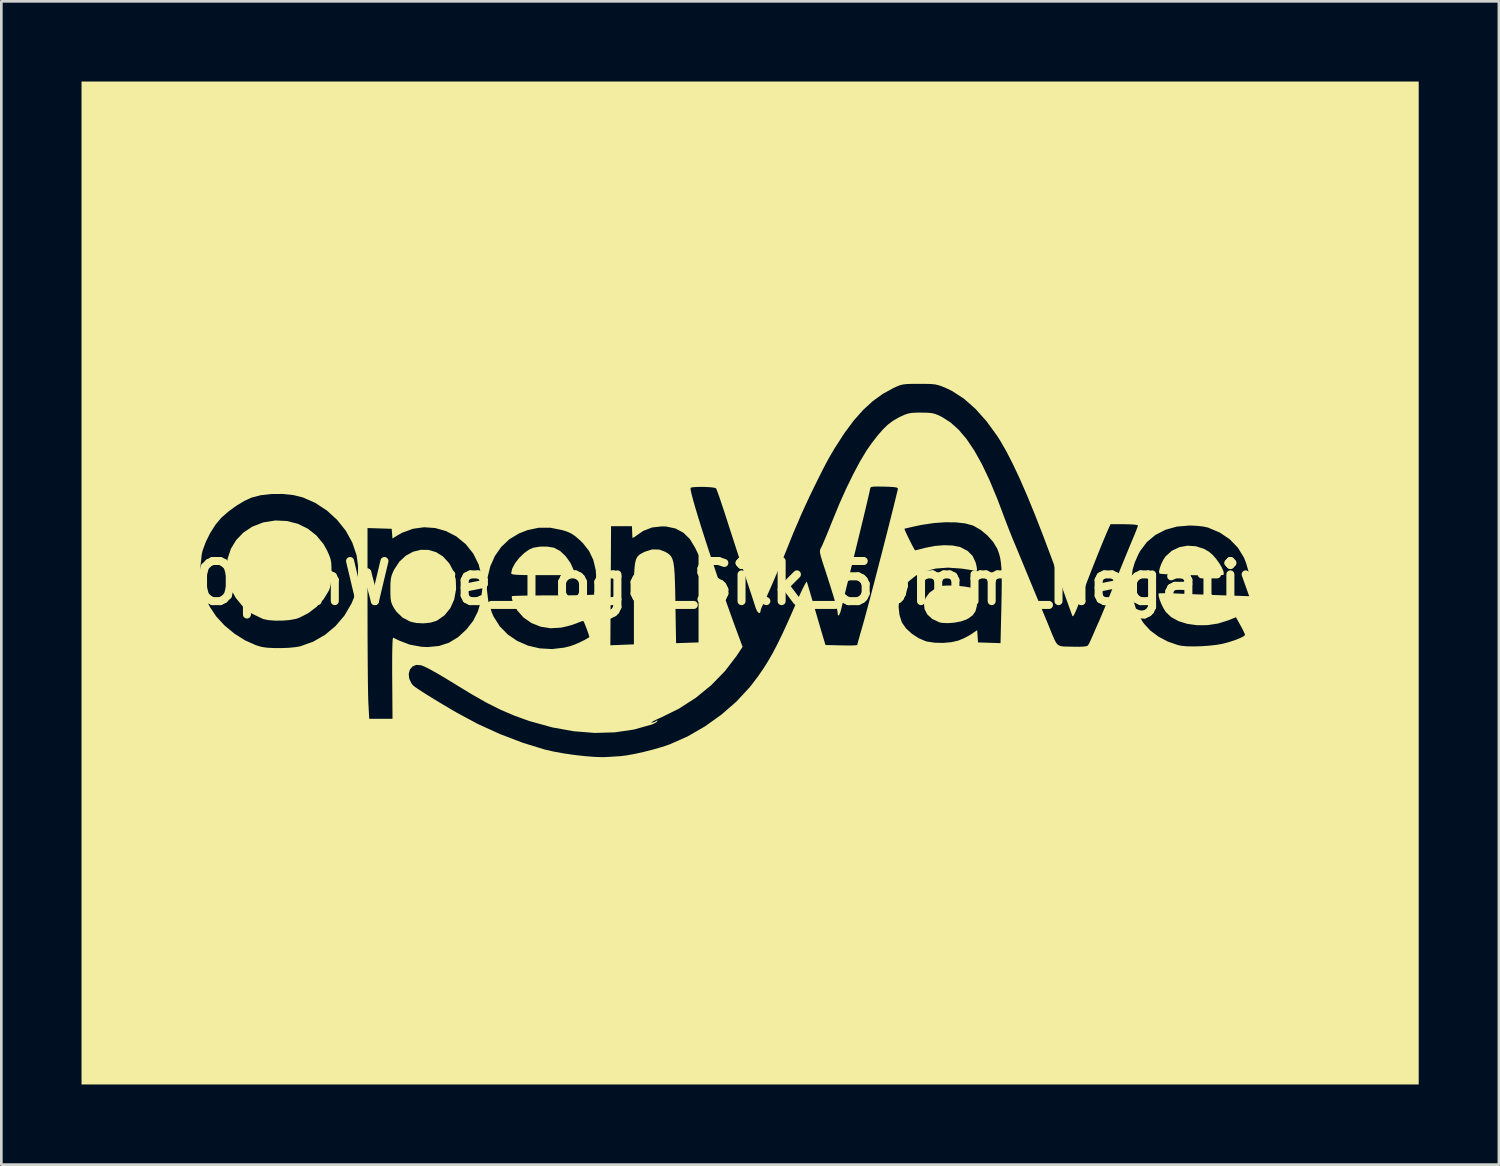
<source format=kicad_pcb>
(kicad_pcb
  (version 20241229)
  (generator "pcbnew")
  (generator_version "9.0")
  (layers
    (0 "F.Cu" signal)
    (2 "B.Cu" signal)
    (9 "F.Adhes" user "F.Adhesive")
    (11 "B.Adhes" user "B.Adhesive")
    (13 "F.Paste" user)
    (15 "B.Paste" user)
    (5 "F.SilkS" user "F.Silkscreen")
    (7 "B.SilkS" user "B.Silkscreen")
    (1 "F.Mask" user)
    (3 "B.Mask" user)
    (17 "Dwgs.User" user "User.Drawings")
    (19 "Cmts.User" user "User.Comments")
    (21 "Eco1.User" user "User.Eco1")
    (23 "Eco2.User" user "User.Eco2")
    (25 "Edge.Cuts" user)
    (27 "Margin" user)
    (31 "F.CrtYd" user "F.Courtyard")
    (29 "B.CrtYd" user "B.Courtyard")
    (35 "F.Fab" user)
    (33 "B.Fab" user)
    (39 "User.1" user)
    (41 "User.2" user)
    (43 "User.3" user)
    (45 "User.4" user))
  (footprint "OpenWave_Logo_Silk_50mm_Negative"
    (layer "F.Cu")
    (at 25.009 18.757)
    (property "Reference" "OpenWave_Logo_Silk_50mm_Negative" (at 0 0 0) (layer "F.SilkS") (effects (font (size 1.5 1.5) (thickness 0.3))))
    (attr board_only exclude_from_pos_files exclude_from_bom)
    (fp_poly (pts (xy -7.352 -1.322) (xy -7.322 -1.312) (xy -7.103 -1.194) (xy -6.897 -0.999) (xy -6.72 -0.749) (xy -6.59 -0.464) (xy -6.571 -0.403) (xy -6.539 -0.293) (xy -7.739 -0.293) (xy -8.116 -0.294) (xy -8.407 -0.296) (xy -8.622 -0.301) (xy -8.771 -0.309) (xy -8.867 -0.321) (xy -8.918 -0.337) (xy -8.938 -0.358) (xy -8.939 -0.367) (xy -8.899 -0.54) (xy -8.793 -0.737) (xy -8.639 -0.936) (xy -8.456 -1.115) (xy -8.265 -1.252) (xy -8.114 -1.318) (xy -7.864 -1.36) (xy -7.592 -1.361)) (stroke (width 0) (type solid)) (fill yes) (layer "F.SilkS"))
    (fp_poly (pts (xy 7.512 0.094) (xy 7.747 0.106) (xy 7.992 0.13) (xy 8.182 0.16) (xy 8.475 0.22) (xy 8.488 0.586) (xy 8.481 0.859) (xy 8.429 1.06) (xy 8.322 1.212) (xy 8.15 1.334) (xy 8.084 1.368) (xy 7.883 1.438) (xy 7.637 1.484) (xy 7.385 1.503) (xy 7.165 1.49) (xy 7.075 1.47) (xy 6.813 1.346) (xy 6.629 1.179) (xy 6.525 0.982) (xy 6.502 0.772) (xy 6.562 0.561) (xy 6.706 0.365) (xy 6.927 0.203) (xy 7.06 0.141) (xy 7.197 0.107) (xy 7.374 0.094)) (stroke (width 0) (type solid)) (fill yes) (layer "F.SilkS"))
    (fp_poly (pts (xy 16.676 -1.374) (xy 16.986 -1.272) (xy 17.161 -1.171) (xy 17.294 -1.058) (xy 17.427 -0.908) (xy 17.548 -0.741) (xy 17.645 -0.577) (xy 17.706 -0.435) (xy 17.719 -0.333) (xy 17.702 -0.303) (xy 17.642 -0.294) (xy 17.499 -0.288) (xy 17.287 -0.286) (xy 17.02 -0.286) (xy 16.711 -0.289) (xy 16.502 -0.293) (xy 16.175 -0.302) (xy 15.881 -0.312) (xy 15.634 -0.323) (xy 15.447 -0.335) (xy 15.336 -0.346) (xy 15.31 -0.353) (xy 15.296 -0.428) (xy 15.323 -0.558) (xy 15.381 -0.717) (xy 15.46 -0.875) (xy 15.543 -0.998) (xy 15.774 -1.205) (xy 16.052 -1.338) (xy 16.359 -1.395)) (stroke (width 0) (type solid)) (fill yes) (layer "F.SilkS"))
    (fp_poly (pts (xy -12.029 -1.237) (xy -11.747 -1.154) (xy -11.489 -0.992) (xy -11.268 -0.75) (xy -11.233 -0.697) (xy -11.086 -0.416) (xy -11.011 -0.134) (xy -10.999 0.186) (xy -11.002 0.251) (xy -11.07 0.62) (xy -11.214 0.941) (xy -11.427 1.205) (xy -11.702 1.399) (xy -11.748 1.421) (xy -11.961 1.484) (xy -12.222 1.51) (xy -12.488 1.496) (xy -12.706 1.447) (xy -13 1.296) (xy -13.23 1.074) (xy -13.323 0.937) (xy -13.387 0.818) (xy -13.427 0.708) (xy -13.448 0.578) (xy -13.456 0.399) (xy -13.457 0.244) (xy -13.454 0.015) (xy -13.44 -0.15) (xy -13.41 -0.282) (xy -13.357 -0.415) (xy -13.312 -0.506) (xy -13.118 -0.8) (xy -12.879 -1.022) (xy -12.608 -1.169) (xy -12.32 -1.241)) (stroke (width 0) (type solid)) (fill yes) (layer "F.SilkS"))
    (fp_poly (pts (xy -17.326 -2.318) (xy -16.92 -2.215) (xy -16.549 -2.034) (xy -16.225 -1.779) (xy -15.959 -1.457) (xy -15.823 -1.212) (xy -15.743 -1.033) (xy -15.694 -0.89) (xy -15.668 -0.747) (xy -15.659 -0.569) (xy -15.659 -0.391) (xy -15.666 -0.133) (xy -15.688 0.057) (xy -15.728 0.209) (xy -15.762 0.293) (xy -15.953 0.606) (xy -16.216 0.891) (xy -16.528 1.129) (xy -16.864 1.3) (xy -17.009 1.347) (xy -17.227 1.386) (xy -17.488 1.407) (xy -17.758 1.409) (xy -18.006 1.391) (xy -18.196 1.354) (xy -18.222 1.346) (xy -18.632 1.149) (xy -18.971 0.886) (xy -19.243 0.553) (xy -19.397 0.274) (xy -19.536 -0.129) (xy -19.584 -0.53) (xy -19.544 -0.917) (xy -19.422 -1.28) (xy -19.224 -1.607) (xy -18.954 -1.887) (xy -18.619 -2.109) (xy -18.222 -2.263) (xy -18.197 -2.269) (xy -17.756 -2.338)) (stroke (width 0) (type solid)) (fill yes) (layer "F.SilkS"))
    (fp_poly (pts (xy 25.009 0) (xy 25.009 18.757) (xy 0 18.757) (xy -25.009 18.757) (xy -25.009 0) (xy -25.009 -0.65) (xy -20.558 -0.65) (xy -20.535 -0.185) (xy -20.446 0.281) (xy -20.296 0.717) (xy -20.214 0.886) (xy -19.976 1.246) (xy -19.662 1.587) (xy -19.294 1.892) (xy -18.894 2.145) (xy -18.484 2.328) (xy -18.269 2.392) (xy -18.074 2.42) (xy -17.816 2.435) (xy -17.526 2.435) (xy -17.237 2.423) (xy -16.983 2.397) (xy -16.826 2.368) (xy -16.345 2.196) (xy -15.901 1.94) (xy -15.508 1.611) (xy -15.175 1.219) (xy -14.914 0.774) (xy -14.819 0.55) (xy -14.72 0.183) (xy -14.668 -0.229) (xy -14.667 -0.646) (xy -14.719 -1.027) (xy -14.723 -1.045) (xy -14.883 -1.517) (xy -15.128 -1.959) (xy -15.204 -2.055) (xy -14.312 -2.055) (xy -14.312 0.919) (xy -14.311 1.469) (xy -14.31 2.007) (xy -14.307 2.521) (xy -14.304 3) (xy -14.3 3.434) (xy -14.296 3.812) (xy -14.291 4.122) (xy -14.285 4.356) (xy -14.28 4.486) (xy -14.248 5.08) (xy -13.812 5.08) (xy -13.377 5.08) (xy -13.388 3.554) (xy -13.389 3.399) (xy -12.771 3.399) (xy -12.753 3.576) (xy -12.667 3.757) (xy -12.612 3.826) (xy -12.536 3.888) (xy -12.385 3.992) (xy -12.167 4.132) (xy -11.892 4.303) (xy -11.571 4.498) (xy -11.211 4.712) (xy -10.976 4.849) (xy -10.187 5.273) (xy -9.352 5.653) (xy -8.504 5.977) (xy -7.685 6.229) (xy -7.365 6.303) (xy -6.994 6.371) (xy -6.598 6.429) (xy -6.205 6.474) (xy -5.838 6.504) (xy -5.525 6.515) (xy -5.373 6.51) (xy -5.235 6.502) (xy -5.043 6.489) (xy -4.858 6.478) (xy -4.623 6.449) (xy -4.324 6.395) (xy -3.987 6.321) (xy -3.641 6.233) (xy -3.312 6.138) (xy -3.028 6.043) (xy -3.004 6.034) (xy -2.34 5.74) (xy -1.692 5.366) (xy -1.077 4.927) (xy -0.514 4.437) (xy -0.024 3.909) (xy 0.073 3.787) (xy 0.283 3.51) (xy 0.475 3.235) (xy 0.656 2.95) (xy 0.835 2.641) (xy 1.016 2.296) (xy 1.208 1.902) (xy 1.417 1.446) (xy 1.651 0.914) (xy 1.729 0.734) (xy 1.843 0.474) (xy 1.946 0.253) (xy 2.031 0.084) (xy 2.091 -0.021) (xy 2.12 -0.049) (xy 2.121 -0.047) (xy 2.142 0.02) (xy 2.186 0.166) (xy 2.247 0.374) (xy 2.322 0.629) (xy 2.405 0.916) (xy 2.416 0.953) (xy 2.504 1.255) (xy 2.587 1.539) (xy 2.659 1.787) (xy 2.716 1.98) (xy 2.752 2.098) (xy 2.752 2.1) (xy 2.819 2.32) (xy 3.412 2.334) (xy 3.64 2.337) (xy 3.827 2.336) (xy 3.955 2.33) (xy 4.005 2.321) (xy 4.005 2.32) (xy 4.018 2.265) (xy 4.054 2.136) (xy 4.106 1.951) (xy 4.17 1.729) (xy 4.173 1.72) (xy 4.233 1.51) (xy 4.313 1.218) (xy 4.4 0.893) (xy 5.554 0.893) (xy 5.586 1.19) (xy 5.667 1.453) (xy 5.685 1.49) (xy 5.833 1.699) (xy 6.049 1.898) (xy 6.302 2.064) (xy 6.563 2.176) (xy 6.623 2.192) (xy 6.906 2.234) (xy 7.222 2.241) (xy 7.528 2.214) (xy 7.784 2.156) (xy 7.791 2.153) (xy 7.991 2.07) (xy 8.193 1.964) (xy 8.276 1.912) (xy 8.494 1.765) (xy 8.509 1.994) (xy 8.524 2.223) (xy 8.945 2.237) (xy 9.366 2.251) (xy 9.399 0.869) (xy 9.408 0.393) (xy 9.412 0.002) (xy 9.409 -0.316) (xy 9.398 -0.573) (xy 9.378 -0.783) (xy 9.349 -0.957) (xy 9.308 -1.108) (xy 9.257 -1.248) (xy 9.237 -1.294) (xy 9.089 -1.539) (xy 8.874 -1.78) (xy 8.621 -1.988) (xy 8.359 -2.138) (xy 8.327 -2.152) (xy 8.05 -2.227) (xy 7.703 -2.267) (xy 7.305 -2.272) (xy 6.877 -2.242) (xy 6.438 -2.177) (xy 6.326 -2.155) (xy 6.11 -2.108) (xy 5.933 -2.068) (xy 5.814 -2.04) (xy 5.773 -2.027) (xy 5.787 -1.981) (xy 5.834 -1.873) (xy 5.904 -1.726) (xy 5.984 -1.564) (xy 6.062 -1.41) (xy 6.127 -1.29) (xy 6.166 -1.226) (xy 6.172 -1.221) (xy 6.223 -1.232) (xy 6.346 -1.262) (xy 6.516 -1.305) (xy 6.57 -1.319) (xy 6.912 -1.385) (xy 7.254 -1.413) (xy 7.568 -1.402) (xy 7.827 -1.353) (xy 7.875 -1.336) (xy 8.139 -1.198) (xy 8.322 -1.012) (xy 8.437 -0.764) (xy 8.471 -0.619) (xy 8.488 -0.499) (xy 8.473 -0.452) (xy 8.42 -0.455) (xy 8.417 -0.456) (xy 8.33 -0.474) (xy 8.174 -0.499) (xy 7.978 -0.528) (xy 7.892 -0.54) (xy 7.397 -0.574) (xy 6.946 -0.54) (xy 6.547 -0.441) (xy 6.205 -0.279) (xy 5.928 -0.059) (xy 5.722 0.217) (xy 5.592 0.546) (xy 5.578 0.611) (xy 5.554 0.893) (xy 4.4 0.893) (xy 4.409 0.859) (xy 4.519 0.446) (xy 4.638 -0.007) (xy 4.763 -0.488) (xy 4.89 -0.981) (xy 5.017 -1.474) (xy 5.139 -1.952) (xy 5.253 -2.403) (xy 5.356 -2.813) (xy 5.443 -3.167) (xy 5.512 -3.453) (xy 5.527 -3.517) (xy 5.52 -3.55) (xy 5.47 -3.573) (xy 5.363 -3.589) (xy 5.183 -3.599) (xy 5.019 -3.604) (xy 4.782 -3.608) (xy 4.627 -3.605) (xy 4.538 -3.592) (xy 4.5 -3.568) (xy 4.494 -3.545) (xy 4.482 -3.484) (xy 4.45 -3.338) (xy 4.399 -3.117) (xy 4.331 -2.831) (xy 4.25 -2.491) (xy 4.157 -2.107) (xy 4.055 -1.688) (xy 3.986 -1.407) (xy 3.877 -0.961) (xy 3.773 -0.536) (xy 3.677 -0.142) (xy 3.591 0.209) (xy 3.519 0.506) (xy 3.464 0.738) (xy 3.427 0.892) (xy 3.417 0.94) (xy 3.372 1.102) (xy 3.329 1.198) (xy 3.294 1.22) (xy 3.275 1.16) (xy 3.273 1.109) (xy 3.256 0.999) (xy 3.205 0.798) (xy 3.121 0.506) (xy 3.002 0.122) (xy 2.85 -0.352) (xy 2.775 -0.581) (xy 2.694 -0.83) (xy 2.642 -1.005) (xy 2.615 -1.124) (xy 2.611 -1.204) (xy 2.626 -1.265) (xy 2.652 -1.315) (xy 2.693 -1.399) (xy 2.763 -1.559) (xy 2.854 -1.775) (xy 2.96 -2.033) (xy 3.072 -2.315) (xy 3.075 -2.321) (xy 3.333 -2.949) (xy 3.597 -3.538) (xy 3.86 -4.077) (xy 4.115 -4.554) (xy 4.358 -4.958) (xy 4.545 -5.227) (xy 4.775 -5.522) (xy 4.972 -5.749) (xy 5.154 -5.924) (xy 5.337 -6.062) (xy 5.54 -6.18) (xy 5.608 -6.215) (xy 5.773 -6.291) (xy 5.908 -6.338) (xy 6.047 -6.363) (xy 6.225 -6.372) (xy 6.399 -6.373) (xy 6.626 -6.369) (xy 6.788 -6.355) (xy 6.92 -6.324) (xy 7.055 -6.27) (xy 7.18 -6.207) (xy 7.494 -6.007) (xy 7.798 -5.735) (xy 8.093 -5.388) (xy 8.382 -4.96) (xy 8.668 -4.449) (xy 8.953 -3.851) (xy 9.24 -3.16) (xy 9.393 -2.76) (xy 9.498 -2.477) (xy 9.606 -2.195) (xy 9.704 -1.941) (xy 9.784 -1.743) (xy 9.807 -1.685) (xy 9.869 -1.537) (xy 9.961 -1.318) (xy 10.073 -1.046) (xy 10.199 -0.741) (xy 10.331 -0.422) (xy 10.374 -0.318) (xy 10.502 -0.007) (xy 10.623 0.285) (xy 10.73 0.544) (xy 10.816 0.753) (xy 10.875 0.894) (xy 10.89 0.928) (xy 10.948 1.068) (xy 11.031 1.267) (xy 11.125 1.494) (xy 11.183 1.636) (xy 11.293 1.907) (xy 11.375 2.101) (xy 11.444 2.233) (xy 11.514 2.314) (xy 11.6 2.357) (xy 11.716 2.375) (xy 11.877 2.38) (xy 12.047 2.383) (xy 12.311 2.386) (xy 12.49 2.378) (xy 12.596 2.359) (xy 12.637 2.334) (xy 12.681 2.259) (xy 12.746 2.123) (xy 12.82 1.955) (xy 12.821 1.954) (xy 12.905 1.758) (xy 12.989 1.567) (xy 13.046 1.441) (xy 13.089 1.342) (xy 13.162 1.168) (xy 13.26 0.932) (xy 13.375 0.65) (xy 13.502 0.336) (xy 13.601 0.09) (xy 14.27 0.09) (xy 14.274 0.186) (xy 14.331 0.639) (xy 14.457 1.042) (xy 14.661 1.418) (xy 14.738 1.528) (xy 14.974 1.783) (xy 15.281 2.01) (xy 15.633 2.195) (xy 16.003 2.322) (xy 16.119 2.347) (xy 16.316 2.368) (xy 16.579 2.373) (xy 16.878 2.365) (xy 17.182 2.344) (xy 17.463 2.312) (xy 17.682 2.272) (xy 17.916 2.209) (xy 18.135 2.138) (xy 18.32 2.065) (xy 18.452 1.999) (xy 18.511 1.948) (xy 18.513 1.941) (xy 18.49 1.875) (xy 18.431 1.752) (xy 18.348 1.596) (xy 18.342 1.585) (xy 18.172 1.281) (xy 17.88 1.399) (xy 17.501 1.517) (xy 17.11 1.577) (xy 16.722 1.58) (xy 16.355 1.53) (xy 16.025 1.428) (xy 15.749 1.276) (xy 15.551 1.086) (xy 15.465 0.952) (xy 15.385 0.792) (xy 15.321 0.631) (xy 15.282 0.494) (xy 15.277 0.407) (xy 15.288 0.391) (xy 15.349 0.385) (xy 15.489 0.383) (xy 15.689 0.386) (xy 15.931 0.393) (xy 16.029 0.397) (xy 16.314 0.41) (xy 16.664 0.423) (xy 17.047 0.438) (xy 17.432 0.452) (xy 17.717 0.462) (xy 18.705 0.495) (xy 18.736 0.369) (xy 18.746 0.226) (xy 18.727 0.018) (xy 18.686 -0.229) (xy 18.627 -0.488) (xy 18.556 -0.734) (xy 18.477 -0.939) (xy 18.471 -0.952) (xy 18.246 -1.319) (xy 17.944 -1.632) (xy 17.573 -1.884) (xy 17.141 -2.067) (xy 17.101 -2.08) (xy 16.946 -2.112) (xy 16.732 -2.136) (xy 16.5 -2.148) (xy 16.437 -2.149) (xy 15.964 -2.11) (xy 15.536 -1.99) (xy 15.159 -1.796) (xy 14.842 -1.531) (xy 14.59 -1.198) (xy 14.519 -1.066) (xy 14.39 -0.773) (xy 14.31 -0.508) (xy 14.273 -0.233) (xy 14.27 0.09) (xy 13.601 0.09) (xy 13.608 0.073) (xy 13.75 -0.278) (xy 13.893 -0.63) (xy 14.029 -0.964) (xy 14.15 -1.258) (xy 14.248 -1.494) (xy 14.293 -1.602) (xy 14.379 -1.808) (xy 14.449 -1.982) (xy 14.494 -2.104) (xy 14.507 -2.151) (xy 14.461 -2.171) (xy 14.336 -2.187) (xy 14.147 -2.196) (xy 13.994 -2.198) (xy 13.48 -2.198) (xy 13.408 -2.039) (xy 13.318 -1.831) (xy 13.2 -1.551) (xy 13.065 -1.218) (xy 12.918 -0.852) (xy 12.768 -0.472) (xy 12.622 -0.097) (xy 12.489 0.253) (xy 12.404 0.481) (xy 12.286 0.796) (xy 12.195 1.024) (xy 12.128 1.17) (xy 12.083 1.241) (xy 12.058 1.241) (xy 12.056 1.238) (xy 12.03 1.167) (xy 11.976 1.019) (xy 11.9 0.807) (xy 11.807 0.548) (xy 11.703 0.255) (xy 11.656 0.122) (xy 11.302 -0.859) (xy 10.969 -1.748) (xy 10.657 -2.548) (xy 10.364 -3.263) (xy 10.089 -3.894) (xy 9.83 -4.445) (xy 9.587 -4.92) (xy 9.357 -5.32) (xy 9.246 -5.495) (xy 8.844 -6.049) (xy 8.426 -6.516) (xy 7.995 -6.895) (xy 7.557 -7.18) (xy 7.342 -7.285) (xy 7.18 -7.352) (xy 7.049 -7.398) (xy 6.923 -7.427) (xy 6.775 -7.442) (xy 6.58 -7.448) (xy 6.326 -7.449) (xy 6.062 -7.448) (xy 5.872 -7.442) (xy 5.73 -7.427) (xy 5.614 -7.4) (xy 5.497 -7.355) (xy 5.362 -7.293) (xy 4.965 -7.075) (xy 4.59 -6.805) (xy 4.23 -6.475) (xy 3.877 -6.078) (xy 3.525 -5.604) (xy 3.166 -5.047) (xy 2.958 -4.693) (xy 2.845 -4.485) (xy 2.702 -4.211) (xy 2.542 -3.891) (xy 2.373 -3.548) (xy 2.208 -3.205) (xy 2.058 -2.883) (xy 1.932 -2.605) (xy 1.872 -2.467) (xy 1.796 -2.287) (xy 1.724 -2.121) (xy 1.683 -2.027) (xy 1.637 -1.921) (xy 1.567 -1.75) (xy 1.483 -1.541) (xy 1.422 -1.387) (xy 1.318 -1.129) (xy 1.197 -0.835) (xy 1.066 -0.521) (xy 0.931 -0.203) (xy 0.799 0.103) (xy 0.677 0.381) (xy 0.572 0.616) (xy 0.49 0.791) (xy 0.44 0.891) (xy 0.398 0.999) (xy 0.391 1.05) (xy 0.37 1.12) (xy 0.32 1.117) (xy 0.26 1.052) (xy 0.21 0.94) (xy 0.178 0.838) (xy 0.121 0.661) (xy 0.044 0.426) (xy -0.047 0.151) (xy -0.147 -0.148) (xy -0.162 -0.195) (xy -0.275 -0.535) (xy -0.407 -0.937) (xy -0.549 -1.371) (xy -0.691 -1.808) (xy -0.822 -2.216) (xy -0.855 -2.32) (xy -0.96 -2.643) (xy -1.057 -2.936) (xy -1.141 -3.185) (xy -1.21 -3.378) (xy -1.257 -3.502) (xy -1.277 -3.541) (xy -1.344 -3.564) (xy -1.479 -3.581) (xy -1.655 -3.591) (xy -1.844 -3.595) (xy -2.02 -3.591) (xy -2.156 -3.58) (xy -2.225 -3.561) (xy -2.227 -3.558) (xy -2.226 -3.49) (xy -2.194 -3.34) (xy -2.135 -3.114) (xy -2.053 -2.824) (xy -1.948 -2.476) (xy -1.826 -2.081) (xy -1.687 -1.646) (xy -1.536 -1.181) (xy -1.375 -0.695) (xy -1.206 -0.195) (xy -1.033 0.308) (xy -0.859 0.806) (xy -0.686 1.29) (xy -0.518 1.752) (xy -0.503 1.792) (xy -0.282 2.388) (xy -0.508 2.729) (xy -0.943 3.298) (xy -1.456 3.824) (xy -2.034 4.296) (xy -2.665 4.702) (xy -3.332 5.032) (xy -3.51 5.111) (xy -3.635 5.174) (xy -3.694 5.215) (xy -3.685 5.225) (xy -3.574 5.199) (xy -3.527 5.168) (xy -3.477 5.137) (xy -3.468 5.164) (xy -3.51 5.212) (xy -3.616 5.269) (xy -3.676 5.293) (xy -4.346 5.482) (xy -5.059 5.587) (xy -5.81 5.609) (xy -6.593 5.547) (xy -7.4 5.402) (xy -8.226 5.173) (xy -8.271 5.159) (xy -8.812 4.965) (xy -9.327 4.745) (xy -9.844 4.487) (xy -10.392 4.175) (xy -10.542 4.085) (xy -10.783 3.938) (xy -11.008 3.801) (xy -11.199 3.684) (xy -11.335 3.601) (xy -11.373 3.578) (xy -11.699 3.384) (xy -11.972 3.232) (xy -12.182 3.127) (xy -12.309 3.077) (xy -12.49 3.064) (xy -12.632 3.125) (xy -12.728 3.242) (xy -12.771 3.399) (xy -13.389 3.399) (xy -13.39 3.135) (xy -13.389 2.773) (xy -13.385 2.475) (xy -13.378 2.249) (xy -13.369 2.103) (xy -13.357 2.045) (xy -13.355 2.045) (xy -13.286 2.077) (xy -13.17 2.134) (xy -13.14 2.149) (xy -12.736 2.305) (xy -12.296 2.386) (xy -12.063 2.397) (xy -11.643 2.357) (xy -11.268 2.236) (xy -10.926 2.029) (xy -10.611 1.738) (xy -10.359 1.413) (xy -10.185 1.07) (xy -10.081 0.714) (xy -10.019 0.229) (xy -9.848 0.229) (xy -9.796 0.671) (xy -9.662 1.107) (xy -9.596 1.255) (xy -9.366 1.62) (xy -9.066 1.926) (xy -8.709 2.169) (xy -8.306 2.344) (xy -7.869 2.446) (xy -7.41 2.472) (xy -6.941 2.416) (xy -6.736 2.364) (xy -6.639 2.33) (xy -5.228 2.33) (xy -4.971 2.32) (xy -4.779 2.313) (xy -4.594 2.305) (xy -4.53 2.303) (xy -4.347 2.296) (xy -4.347 0.769) (xy -4.347 0.311) (xy -4.344 -0.06) (xy -4.337 -0.354) (xy -4.323 -0.582) (xy -4.301 -0.754) (xy -4.268 -0.881) (xy -4.222 -0.973) (xy -4.16 -1.042) (xy -4.081 -1.096) (xy -3.982 -1.148) (xy -3.946 -1.166) (xy -3.665 -1.256) (xy -3.397 -1.25) (xy -3.171 -1.164) (xy -3.079 -1.109) (xy -3.005 -1.05) (xy -2.946 -0.978) (xy -2.901 -0.88) (xy -2.866 -0.748) (xy -2.842 -0.569) (xy -2.824 -0.335) (xy -2.812 -0.033) (xy -2.802 0.346) (xy -2.795 0.769) (xy -2.77 2.251) (xy -2.35 2.237) (xy -1.929 2.223) (xy -1.929 0.586) (xy -1.929 -1.05) (xy -2.058 -1.319) (xy -2.255 -1.644) (xy -2.499 -1.883) (xy -2.792 -2.038) (xy -3.137 -2.112) (xy -3.297 -2.118) (xy -3.67 -2.076) (xy -4.001 -1.947) (xy -4.247 -1.777) (xy -4.341 -1.708) (xy -4.396 -1.687) (xy -4.401 -1.693) (xy -4.406 -1.765) (xy -4.412 -1.891) (xy -4.413 -1.929) (xy -4.421 -2.125) (xy -4.811 -2.125) (xy -5.202 -2.125) (xy -5.215 0.103) (xy -5.228 2.33) (xy -6.639 2.33) (xy -6.568 2.305) (xy -6.375 2.222) (xy -6.191 2.131) (xy -6.05 2.049) (xy -6.015 2.022) (xy -6.024 1.976) (xy -6.059 1.868) (xy -6.109 1.729) (xy -6.163 1.588) (xy -6.21 1.474) (xy -6.237 1.422) (xy -6.284 1.429) (xy -6.394 1.467) (xy -6.49 1.507) (xy -6.67 1.571) (xy -6.892 1.631) (xy -7.077 1.67) (xy -7.467 1.693) (xy -7.839 1.634) (xy -8.179 1.498) (xy -8.474 1.294) (xy -8.71 1.028) (xy -8.875 0.708) (xy -8.882 0.688) (xy -8.913 0.571) (xy -8.914 0.498) (xy -8.911 0.493) (xy -8.856 0.486) (xy -8.716 0.479) (xy -8.503 0.474) (xy -8.228 0.469) (xy -7.902 0.466) (xy -7.539 0.464) (xy -7.352 0.464) (xy -6.974 0.463) (xy -6.628 0.46) (xy -6.326 0.455) (xy -6.079 0.448) (xy -5.9 0.441) (xy -5.8 0.432) (xy -5.785 0.428) (xy -5.768 0.365) (xy -5.755 0.23) (xy -5.748 0.046) (xy -5.747 -0.036) (xy -5.775 -0.484) (xy -5.867 -0.867) (xy -6.026 -1.199) (xy -6.26 -1.496) (xy -6.361 -1.594) (xy -6.537 -1.747) (xy -6.687 -1.849) (xy -6.851 -1.923) (xy -7.025 -1.978) (xy -7.477 -2.068) (xy -7.908 -2.067) (xy -8.334 -1.975) (xy -8.646 -1.853) (xy -9.007 -1.635) (xy -9.309 -1.349) (xy -9.548 -1.008) (xy -9.72 -0.623) (xy -9.821 -0.206) (xy -9.848 0.229) (xy -10.019 0.229) (xy -10.017 0.217) (xy -10.043 -0.255) (xy -10.155 -0.694) (xy -10.353 -1.095) (xy -10.634 -1.449) (xy -10.65 -1.464) (xy -10.994 -1.744) (xy -11.376 -1.942) (xy -11.782 -2.056) (xy -12.2 -2.085) (xy -12.615 -2.027) (xy -13.014 -1.88) (xy -13.194 -1.779) (xy -13.378 -1.663) (xy -13.393 -1.845) (xy -13.408 -2.027) (xy -13.86 -2.041) (xy -14.312 -2.055) (xy -15.204 -2.055) (xy -15.448 -2.361) (xy -15.831 -2.711) (xy -16.266 -2.996) (xy -16.73 -3.2) (xy -17.084 -3.288) (xy -17.486 -3.33) (xy -17.903 -3.329) (xy -18.3 -3.284) (xy -18.646 -3.195) (xy -18.658 -3.19) (xy -18.924 -3.067) (xy -19.22 -2.887) (xy -19.513 -2.674) (xy -19.772 -2.447) (xy -19.786 -2.434) (xy -19.995 -2.184) (xy -20.194 -1.873) (xy -20.362 -1.535) (xy -20.482 -1.205) (xy -20.511 -1.084) (xy -20.558 -0.65) (xy -25.009 -0.65) (xy -25.009 -18.757) (xy 0 -18.757) (xy 25.009 -18.757)) (stroke (width 0) (type solid)) (fill yes) (layer "F.SilkS")))
  (gr_rect
    (start -3 -3)
    (end 53.018 40.514)
    (stroke (width 0.1) (type default))
    (fill no)
    (layer "Edge.Cuts")))
</source>
